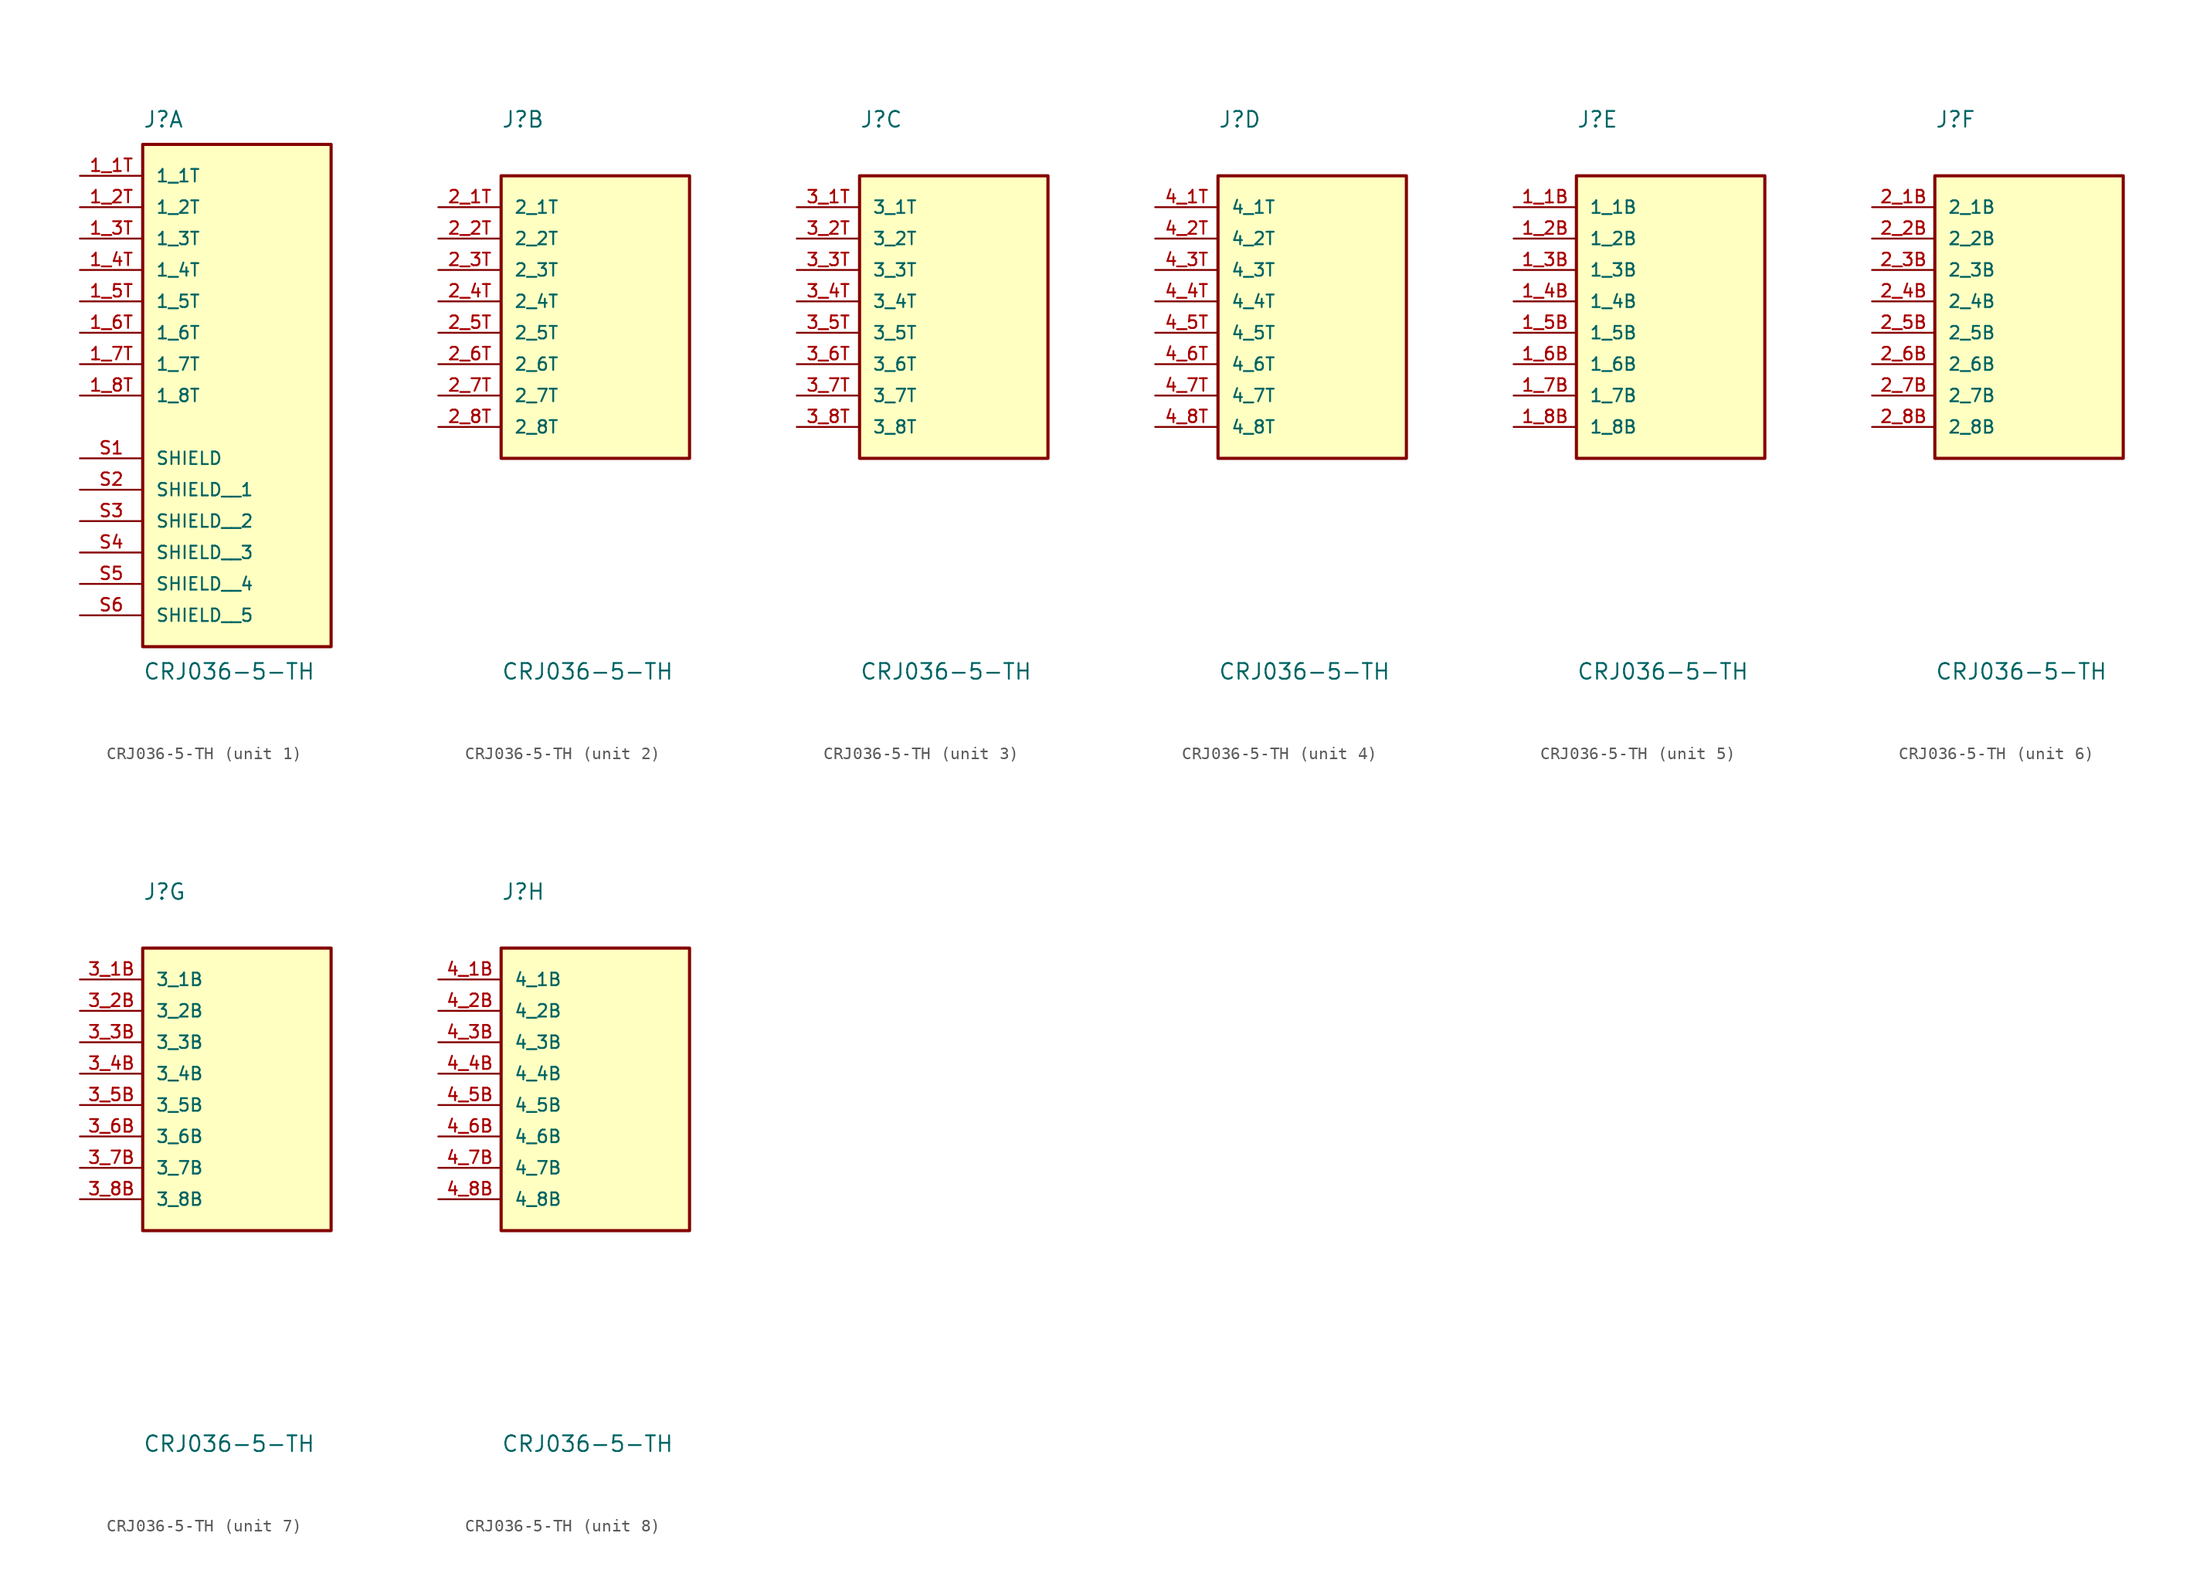
<source format=kicad_sym>
(kicad_symbol_lib
  (version 20211014)
  (generator kicad_symbol_editor)
  (symbol "CRJ036-5-TH"
    (pin_names
      (offset 1.016))
    (property "Reference" "J"
      (at -7.62 13.97 0)
      (effects (font (size 1.27 1.27)) (justify bottom left)))
    (property "Value" "CRJ036-5-TH"
      (at -7.62 -29.21 0)
      (effects (font (size 1.27 1.27)) (justify top left)))
    (symbol "CRJ036-5-TH_1_0"
      (rectangle (start -7.62 -27.94) (end 7.62 12.7) (stroke (width 0.254)) (fill (type background)))
      (pin passive line (at -12.7 10.16 0) (length 5.08) (name "1_1T" (effects (font (size 1.016 1.016)))) (number "1_1T" (effects (font (size 1.016 1.016)))))
      (pin passive line (at -12.7 7.62 0) (length 5.08) (name "1_2T" (effects (font (size 1.016 1.016)))) (number "1_2T" (effects (font (size 1.016 1.016)))))
      (pin passive line (at -12.7 5.08 0) (length 5.08) (name "1_3T" (effects (font (size 1.016 1.016)))) (number "1_3T" (effects (font (size 1.016 1.016)))))
      (pin passive line (at -12.7 2.54 0) (length 5.08) (name "1_4T" (effects (font (size 1.016 1.016)))) (number "1_4T" (effects (font (size 1.016 1.016)))))
      (pin passive line (at -12.7 0.0 0) (length 5.08) (name "1_5T" (effects (font (size 1.016 1.016)))) (number "1_5T" (effects (font (size 1.016 1.016)))))
      (pin passive line (at -12.7 -2.54 0) (length 5.08) (name "1_6T" (effects (font (size 1.016 1.016)))) (number "1_6T" (effects (font (size 1.016 1.016)))))
      (pin passive line (at -12.7 -5.08 0) (length 5.08) (name "1_7T" (effects (font (size 1.016 1.016)))) (number "1_7T" (effects (font (size 1.016 1.016)))))
      (pin passive line (at -12.7 -7.62 0) (length 5.08) (name "1_8T" (effects (font (size 1.016 1.016)))) (number "1_8T" (effects (font (size 1.016 1.016)))))
      (pin passive line (at -12.7 -12.7 0) (length 5.08) (name "SHIELD" (effects (font (size 1.016 1.016)))) (number "S1" (effects (font (size 1.016 1.016)))))
      (pin passive line (at -12.7 -15.24 0) (length 5.08) (name "SHIELD__1" (effects (font (size 1.016 1.016)))) (number "S2" (effects (font (size 1.016 1.016)))))
      (pin passive line (at -12.7 -17.78 0) (length 5.08) (name "SHIELD__2" (effects (font (size 1.016 1.016)))) (number "S3" (effects (font (size 1.016 1.016)))))
      (pin passive line (at -12.7 -20.32 0) (length 5.08) (name "SHIELD__3" (effects (font (size 1.016 1.016)))) (number "S4" (effects (font (size 1.016 1.016)))))
      (pin passive line (at -12.7 -22.86 0) (length 5.08) (name "SHIELD__4" (effects (font (size 1.016 1.016)))) (number "S5" (effects (font (size 1.016 1.016)))))
      (pin passive line (at -12.7 -25.4 0) (length 5.08) (name "SHIELD__5" (effects (font (size 1.016 1.016)))) (number "S6" (effects (font (size 1.016 1.016))))))
    (symbol "CRJ036-5-TH_2_0"
      (rectangle (start -7.62 -12.7) (end 7.62 10.16) (stroke (width 0.254)) (fill (type background)))
      (pin passive line (at -12.7 7.62 0) (length 5.08) (name "2_1T" (effects (font (size 1.016 1.016)))) (number "2_1T" (effects (font (size 1.016 1.016)))))
      (pin passive line (at -12.7 5.08 0) (length 5.08) (name "2_2T" (effects (font (size 1.016 1.016)))) (number "2_2T" (effects (font (size 1.016 1.016)))))
      (pin passive line (at -12.7 2.54 0) (length 5.08) (name "2_3T" (effects (font (size 1.016 1.016)))) (number "2_3T" (effects (font (size 1.016 1.016)))))
      (pin passive line (at -12.7 0.0 0) (length 5.08) (name "2_4T" (effects (font (size 1.016 1.016)))) (number "2_4T" (effects (font (size 1.016 1.016)))))
      (pin passive line (at -12.7 -2.54 0) (length 5.08) (name "2_5T" (effects (font (size 1.016 1.016)))) (number "2_5T" (effects (font (size 1.016 1.016)))))
      (pin passive line (at -12.7 -5.08 0) (length 5.08) (name "2_6T" (effects (font (size 1.016 1.016)))) (number "2_6T" (effects (font (size 1.016 1.016)))))
      (pin passive line (at -12.7 -7.62 0) (length 5.08) (name "2_7T" (effects (font (size 1.016 1.016)))) (number "2_7T" (effects (font (size 1.016 1.016)))))
      (pin passive line (at -12.7 -10.16 0) (length 5.08) (name "2_8T" (effects (font (size 1.016 1.016)))) (number "2_8T" (effects (font (size 1.016 1.016))))))
    (symbol "CRJ036-5-TH_3_0"
      (rectangle (start -7.62 -12.7) (end 7.62 10.16) (stroke (width 0.254)) (fill (type background)))
      (pin passive line (at -12.7 7.62 0) (length 5.08) (name "3_1T" (effects (font (size 1.016 1.016)))) (number "3_1T" (effects (font (size 1.016 1.016)))))
      (pin passive line (at -12.7 5.08 0) (length 5.08) (name "3_2T" (effects (font (size 1.016 1.016)))) (number "3_2T" (effects (font (size 1.016 1.016)))))
      (pin passive line (at -12.7 2.54 0) (length 5.08) (name "3_3T" (effects (font (size 1.016 1.016)))) (number "3_3T" (effects (font (size 1.016 1.016)))))
      (pin passive line (at -12.7 0.0 0) (length 5.08) (name "3_4T" (effects (font (size 1.016 1.016)))) (number "3_4T" (effects (font (size 1.016 1.016)))))
      (pin passive line (at -12.7 -2.54 0) (length 5.08) (name "3_5T" (effects (font (size 1.016 1.016)))) (number "3_5T" (effects (font (size 1.016 1.016)))))
      (pin passive line (at -12.7 -5.08 0) (length 5.08) (name "3_6T" (effects (font (size 1.016 1.016)))) (number "3_6T" (effects (font (size 1.016 1.016)))))
      (pin passive line (at -12.7 -7.62 0) (length 5.08) (name "3_7T" (effects (font (size 1.016 1.016)))) (number "3_7T" (effects (font (size 1.016 1.016)))))
      (pin passive line (at -12.7 -10.16 0) (length 5.08) (name "3_8T" (effects (font (size 1.016 1.016)))) (number "3_8T" (effects (font (size 1.016 1.016))))))
    (symbol "CRJ036-5-TH_4_0"
      (rectangle (start -7.62 -12.7) (end 7.62 10.16) (stroke (width 0.254)) (fill (type background)))
      (pin passive line (at -12.7 7.62 0) (length 5.08) (name "4_1T" (effects (font (size 1.016 1.016)))) (number "4_1T" (effects (font (size 1.016 1.016)))))
      (pin passive line (at -12.7 5.08 0) (length 5.08) (name "4_2T" (effects (font (size 1.016 1.016)))) (number "4_2T" (effects (font (size 1.016 1.016)))))
      (pin passive line (at -12.7 2.54 0) (length 5.08) (name "4_3T" (effects (font (size 1.016 1.016)))) (number "4_3T" (effects (font (size 1.016 1.016)))))
      (pin passive line (at -12.7 0.0 0) (length 5.08) (name "4_4T" (effects (font (size 1.016 1.016)))) (number "4_4T" (effects (font (size 1.016 1.016)))))
      (pin passive line (at -12.7 -2.54 0) (length 5.08) (name "4_5T" (effects (font (size 1.016 1.016)))) (number "4_5T" (effects (font (size 1.016 1.016)))))
      (pin passive line (at -12.7 -5.08 0) (length 5.08) (name "4_6T" (effects (font (size 1.016 1.016)))) (number "4_6T" (effects (font (size 1.016 1.016)))))
      (pin passive line (at -12.7 -7.62 0) (length 5.08) (name "4_7T" (effects (font (size 1.016 1.016)))) (number "4_7T" (effects (font (size 1.016 1.016)))))
      (pin passive line (at -12.7 -10.16 0) (length 5.08) (name "4_8T" (effects (font (size 1.016 1.016)))) (number "4_8T" (effects (font (size 1.016 1.016))))))
    (symbol "CRJ036-5-TH_5_0"
      (rectangle (start -7.62 -12.7) (end 7.62 10.16) (stroke (width 0.254)) (fill (type background)))
      (pin passive line (at -12.7 7.62 0) (length 5.08) (name "1_1B" (effects (font (size 1.016 1.016)))) (number "1_1B" (effects (font (size 1.016 1.016)))))
      (pin passive line (at -12.7 5.08 0) (length 5.08) (name "1_2B" (effects (font (size 1.016 1.016)))) (number "1_2B" (effects (font (size 1.016 1.016)))))
      (pin passive line (at -12.7 2.54 0) (length 5.08) (name "1_3B" (effects (font (size 1.016 1.016)))) (number "1_3B" (effects (font (size 1.016 1.016)))))
      (pin passive line (at -12.7 0.0 0) (length 5.08) (name "1_4B" (effects (font (size 1.016 1.016)))) (number "1_4B" (effects (font (size 1.016 1.016)))))
      (pin passive line (at -12.7 -2.54 0) (length 5.08) (name "1_5B" (effects (font (size 1.016 1.016)))) (number "1_5B" (effects (font (size 1.016 1.016)))))
      (pin passive line (at -12.7 -5.08 0) (length 5.08) (name "1_6B" (effects (font (size 1.016 1.016)))) (number "1_6B" (effects (font (size 1.016 1.016)))))
      (pin passive line (at -12.7 -7.62 0) (length 5.08) (name "1_7B" (effects (font (size 1.016 1.016)))) (number "1_7B" (effects (font (size 1.016 1.016)))))
      (pin passive line (at -12.7 -10.16 0) (length 5.08) (name "1_8B" (effects (font (size 1.016 1.016)))) (number "1_8B" (effects (font (size 1.016 1.016))))))
    (symbol "CRJ036-5-TH_6_0"
      (rectangle (start -7.62 -12.7) (end 7.62 10.16) (stroke (width 0.254)) (fill (type background)))
      (pin passive line (at -12.7 7.62 0) (length 5.08) (name "2_1B" (effects (font (size 1.016 1.016)))) (number "2_1B" (effects (font (size 1.016 1.016)))))
      (pin passive line (at -12.7 5.08 0) (length 5.08) (name "2_2B" (effects (font (size 1.016 1.016)))) (number "2_2B" (effects (font (size 1.016 1.016)))))
      (pin passive line (at -12.7 2.54 0) (length 5.08) (name "2_3B" (effects (font (size 1.016 1.016)))) (number "2_3B" (effects (font (size 1.016 1.016)))))
      (pin passive line (at -12.7 0.0 0) (length 5.08) (name "2_4B" (effects (font (size 1.016 1.016)))) (number "2_4B" (effects (font (size 1.016 1.016)))))
      (pin passive line (at -12.7 -2.54 0) (length 5.08) (name "2_5B" (effects (font (size 1.016 1.016)))) (number "2_5B" (effects (font (size 1.016 1.016)))))
      (pin passive line (at -12.7 -5.08 0) (length 5.08) (name "2_6B" (effects (font (size 1.016 1.016)))) (number "2_6B" (effects (font (size 1.016 1.016)))))
      (pin passive line (at -12.7 -7.62 0) (length 5.08) (name "2_7B" (effects (font (size 1.016 1.016)))) (number "2_7B" (effects (font (size 1.016 1.016)))))
      (pin passive line (at -12.7 -10.16 0) (length 5.08) (name "2_8B" (effects (font (size 1.016 1.016)))) (number "2_8B" (effects (font (size 1.016 1.016))))))
    (symbol "CRJ036-5-TH_7_0"
      (rectangle (start -7.62 -12.7) (end 7.62 10.16) (stroke (width 0.254)) (fill (type background)))
      (pin passive line (at -12.7 7.62 0) (length 5.08) (name "3_1B" (effects (font (size 1.016 1.016)))) (number "3_1B" (effects (font (size 1.016 1.016)))))
      (pin passive line (at -12.7 5.08 0) (length 5.08) (name "3_2B" (effects (font (size 1.016 1.016)))) (number "3_2B" (effects (font (size 1.016 1.016)))))
      (pin passive line (at -12.7 2.54 0) (length 5.08) (name "3_3B" (effects (font (size 1.016 1.016)))) (number "3_3B" (effects (font (size 1.016 1.016)))))
      (pin passive line (at -12.7 0.0 0) (length 5.08) (name "3_4B" (effects (font (size 1.016 1.016)))) (number "3_4B" (effects (font (size 1.016 1.016)))))
      (pin passive line (at -12.7 -2.54 0) (length 5.08) (name "3_5B" (effects (font (size 1.016 1.016)))) (number "3_5B" (effects (font (size 1.016 1.016)))))
      (pin passive line (at -12.7 -5.08 0) (length 5.08) (name "3_6B" (effects (font (size 1.016 1.016)))) (number "3_6B" (effects (font (size 1.016 1.016)))))
      (pin passive line (at -12.7 -7.62 0) (length 5.08) (name "3_7B" (effects (font (size 1.016 1.016)))) (number "3_7B" (effects (font (size 1.016 1.016)))))
      (pin passive line (at -12.7 -10.16 0) (length 5.08) (name "3_8B" (effects (font (size 1.016 1.016)))) (number "3_8B" (effects (font (size 1.016 1.016))))))
    (symbol "CRJ036-5-TH_8_0"
      (rectangle (start -7.62 -12.7) (end 7.62 10.16) (stroke (width 0.254)) (fill (type background)))
      (pin passive line (at -12.7 7.62 0) (length 5.08) (name "4_1B" (effects (font (size 1.016 1.016)))) (number "4_1B" (effects (font (size 1.016 1.016)))))
      (pin passive line (at -12.7 5.08 0) (length 5.08) (name "4_2B" (effects (font (size 1.016 1.016)))) (number "4_2B" (effects (font (size 1.016 1.016)))))
      (pin passive line (at -12.7 2.54 0) (length 5.08) (name "4_3B" (effects (font (size 1.016 1.016)))) (number "4_3B" (effects (font (size 1.016 1.016)))))
      (pin passive line (at -12.7 0.0 0) (length 5.08) (name "4_4B" (effects (font (size 1.016 1.016)))) (number "4_4B" (effects (font (size 1.016 1.016)))))
      (pin passive line (at -12.7 -2.54 0) (length 5.08) (name "4_5B" (effects (font (size 1.016 1.016)))) (number "4_5B" (effects (font (size 1.016 1.016)))))
      (pin passive line (at -12.7 -5.08 0) (length 5.08) (name "4_6B" (effects (font (size 1.016 1.016)))) (number "4_6B" (effects (font (size 1.016 1.016)))))
      (pin passive line (at -12.7 -7.62 0) (length 5.08) (name "4_7B" (effects (font (size 1.016 1.016)))) (number "4_7B" (effects (font (size 1.016 1.016)))))
      (pin passive line (at -12.7 -10.16 0) (length 5.08) (name "4_8B" (effects (font (size 1.016 1.016)))) (number "4_8B" (effects (font (size 1.016 1.016))))))))
</source>
